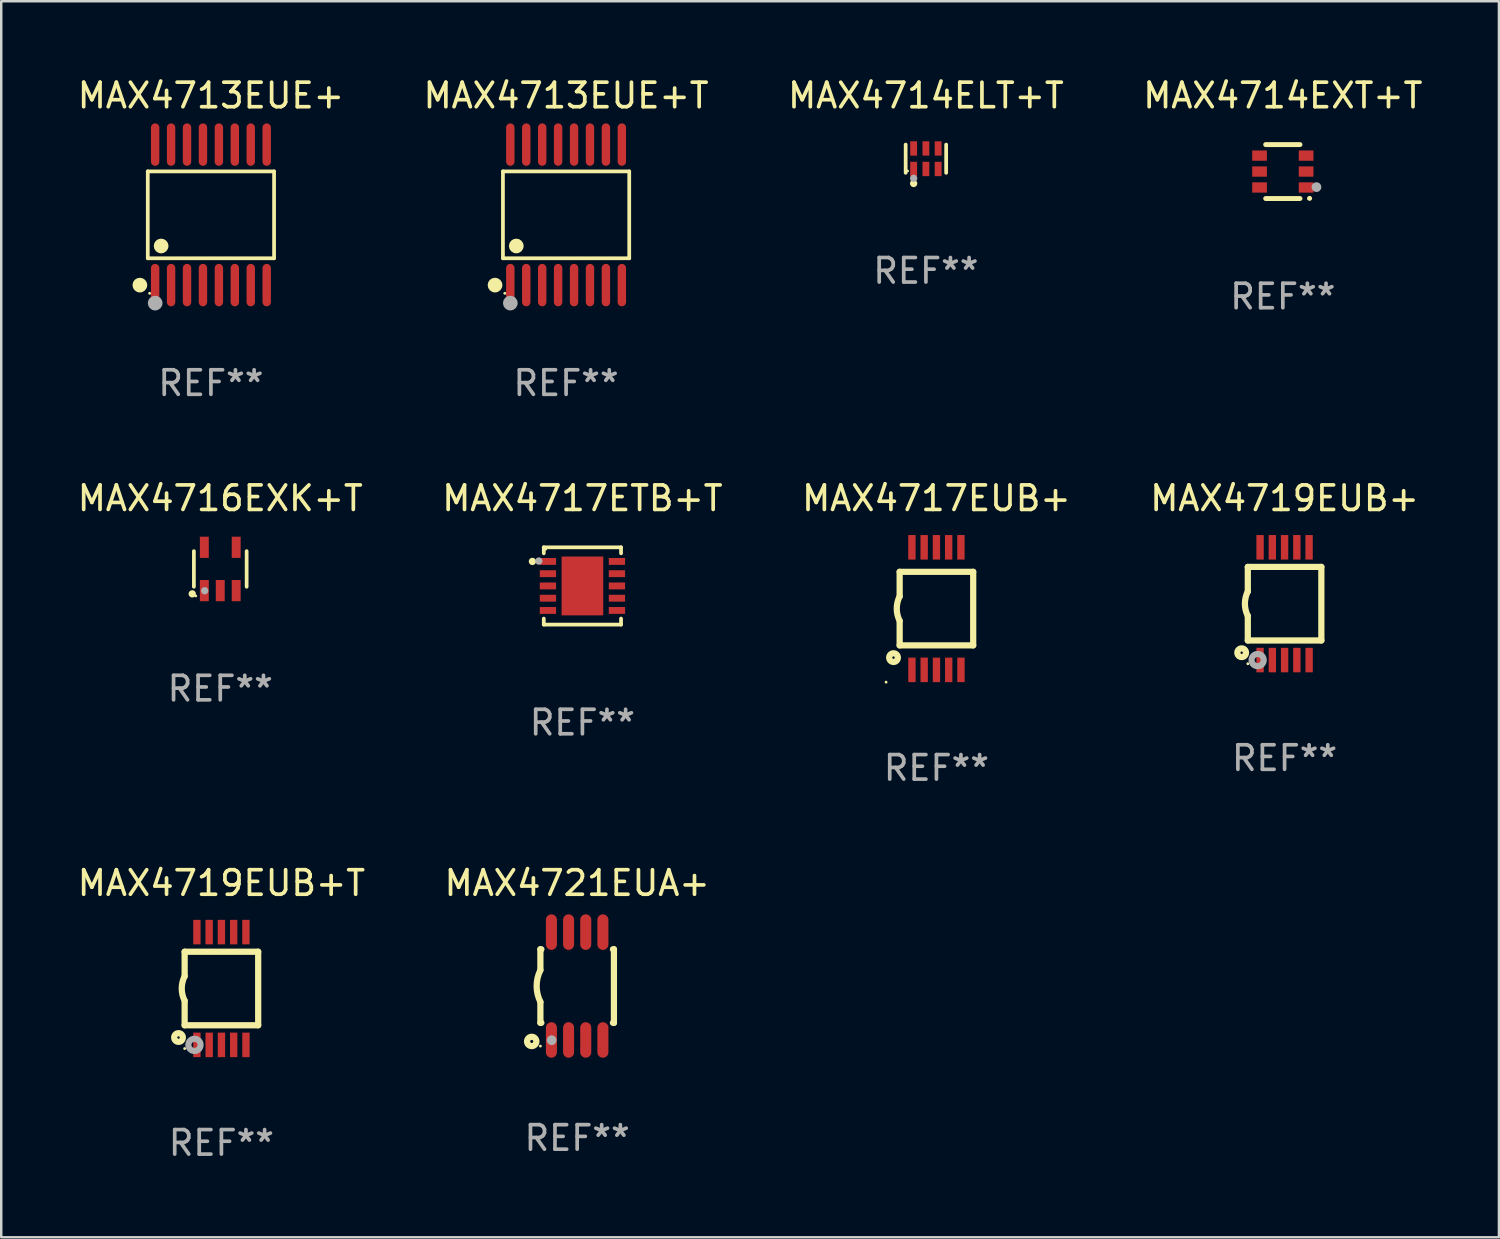
<source format=kicad_pcb>
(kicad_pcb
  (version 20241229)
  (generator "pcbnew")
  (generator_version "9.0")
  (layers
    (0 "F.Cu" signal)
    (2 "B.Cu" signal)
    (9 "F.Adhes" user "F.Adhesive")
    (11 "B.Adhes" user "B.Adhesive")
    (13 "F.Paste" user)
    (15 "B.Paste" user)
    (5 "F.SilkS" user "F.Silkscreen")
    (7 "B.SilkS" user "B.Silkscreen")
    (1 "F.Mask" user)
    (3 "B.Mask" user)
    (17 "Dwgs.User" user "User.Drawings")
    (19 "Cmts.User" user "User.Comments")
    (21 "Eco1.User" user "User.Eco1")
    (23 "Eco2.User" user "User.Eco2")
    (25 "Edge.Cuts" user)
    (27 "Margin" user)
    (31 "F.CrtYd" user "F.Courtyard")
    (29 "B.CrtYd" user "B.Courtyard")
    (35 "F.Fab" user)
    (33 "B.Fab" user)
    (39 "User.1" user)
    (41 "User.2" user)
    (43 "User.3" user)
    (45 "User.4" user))
  (footprint "MAX4713EUE+"
    (layer "F.Cu")
    (at 5.554 5.714)
    (property "Reference" "MAX4713EUE+" (at 0 -4.866 0) (layer "F.SilkS") (effects (font (size 1 1) (thickness 0.15))))
    (attr through_hole)
    (fp_line (start -2.576 -1.772) (end 2.576 -1.772) (stroke (width 0.152) (type solid)) (layer "F.SilkS"))
    (fp_line (start -2.576 1.771) (end -2.576 -1.772) (stroke (width 0.152) (type solid)) (layer "F.SilkS"))
    (fp_line (start 2.576 -1.772) (end 2.576 1.771) (stroke (width 0.152) (type solid)) (layer "F.SilkS"))
    (fp_line (start 2.576 1.771) (end -2.576 1.771) (stroke (width 0.152) (type solid)) (layer "F.SilkS"))
    (fp_circle (center -2.899 2.866) (end -2.749 2.866) (stroke (width 0.3) (type solid)) (fill no) (layer "F.SilkS"))
    (fp_circle (center -2.5 3.2) (end -2.47 3.2) (stroke (width 0.06) (type solid)) (fill no) (layer "F.SilkS"))
    (fp_circle (center -2.032 1.27) (end -1.882 1.27) (stroke (width 0.3) (type solid)) (fill no) (layer "F.SilkS"))
    (fp_circle (center -2.275 3.6) (end -2.125 3.6) (stroke (width 0.3) (type solid)) (fill no) (layer "F.Fab"))
    (fp_text user "REF**" (at 0 6.866 0) (layer "F.Fab") (effects (font (size 1 1) (thickness 0.15))))
    (pad "1" smd oval (at -2.275 2.866) (size 0.343 1.731) (layers "F.Cu" "F.Mask" "F.Paste"))
    (pad "2" smd oval (at -1.625 2.866) (size 0.343 1.731) (layers "F.Cu" "F.Mask" "F.Paste"))
    (pad "3" smd oval (at -0.975 2.866) (size 0.343 1.731) (layers "F.Cu" "F.Mask" "F.Paste"))
    (pad "4" smd oval (at -0.325 2.866) (size 0.343 1.731) (layers "F.Cu" "F.Mask" "F.Paste"))
    (pad "5" smd oval (at 0.325 2.866) (size 0.343 1.731) (layers "F.Cu" "F.Mask" "F.Paste"))
    (pad "6" smd oval (at 0.975 2.866) (size 0.343 1.731) (layers "F.Cu" "F.Mask" "F.Paste"))
    (pad "7" smd oval (at 1.625 2.866) (size 0.343 1.731) (layers "F.Cu" "F.Mask" "F.Paste"))
    (pad "8" smd oval (at 2.275 2.866) (size 0.343 1.731) (layers "F.Cu" "F.Mask" "F.Paste"))
    (pad "9" smd oval (at 2.275 -2.866) (size 0.343 1.731) (layers "F.Cu" "F.Mask" "F.Paste"))
    (pad "10" smd oval (at 1.625 -2.866) (size 0.343 1.731) (layers "F.Cu" "F.Mask" "F.Paste"))
    (pad "11" smd oval (at 0.975 -2.866) (size 0.343 1.731) (layers "F.Cu" "F.Mask" "F.Paste"))
    (pad "12" smd oval (at 0.325 -2.866) (size 0.343 1.731) (layers "F.Cu" "F.Mask" "F.Paste"))
    (pad "13" smd oval (at -0.325 -2.866) (size 0.343 1.731) (layers "F.Cu" "F.Mask" "F.Paste"))
    (pad "14" smd oval (at -0.975 -2.866) (size 0.343 1.731) (layers "F.Cu" "F.Mask" "F.Paste"))
    (pad "15" smd oval (at -1.625 -2.866) (size 0.343 1.731) (layers "F.Cu" "F.Mask" "F.Paste"))
    (pad "16" smd oval (at -2.275 -2.866) (size 0.343 1.731) (layers "F.Cu" "F.Mask" "F.Paste")))
  (footprint "MAX4721EUA+"
    (layer "F.Cu")
    (at 20.494 37.173)
    (property "Reference" "MAX4721EUA+" (at 0 -4.2 0) (layer "F.SilkS") (effects (font (size 1 1) (thickness 0.15))))
    (attr through_hole)
    (fp_line (start -1.5 -1.5) (end -1.5 -0.65) (stroke (width 0.254) (type solid)) (layer "F.SilkS"))
    (fp_line (start -1.5 -1.5) (end -1.46 -1.5) (stroke (width 0.254) (type solid)) (layer "F.SilkS"))
    (fp_line (start -1.5 1.5) (end -1.5 0.65) (stroke (width 0.254) (type solid)) (layer "F.SilkS"))
    (fp_line (start -1.5 1.5) (end -1.46 1.5) (stroke (width 0.254) (type solid)) (layer "F.SilkS"))
    (fp_line (start 1.46 -1.5) (end 1.5 -1.5) (stroke (width 0.254) (type solid)) (layer "F.SilkS"))
    (fp_line (start 1.46 1.5) (end 1.5 1.5) (stroke (width 0.254) (type solid)) (layer "F.SilkS"))
    (fp_line (start 1.5 -1.5) (end 1.5 1.5) (stroke (width 0.254) (type solid)) (layer "F.SilkS"))
    (fp_arc (start -1.499898 0.648844) (mid -1.653254 -0.000623) (end -1.5 -0.650114) (stroke (width 0.254001) (type solid)) (layer "F.SilkS"))
    (fp_circle (center -1.854 2.26) (end -1.664 2.26) (stroke (width 0.254) (type solid)) (fill no) (layer "F.SilkS"))
    (fp_circle (center -1.5 2.45) (end -1.47 2.45) (stroke (width 0.06) (type solid)) (fill no) (layer "F.SilkS"))
    (fp_circle (center -1.041 2.21) (end -0.941 2.21) (stroke (width 0.2) (type solid)) (fill no) (layer "F.Fab"))
    (fp_text user "REF**" (at 0 6.2 0) (layer "F.Fab") (effects (font (size 1 1) (thickness 0.15))))
    (pad "1" smd oval (at -1.05 2.2 180) (size 0.45 1.45) (layers "F.Cu" "F.Mask" "F.Paste"))
    (pad "2" smd oval (at -0.35 2.2 180) (size 0.45 1.45) (layers "F.Cu" "F.Mask" "F.Paste"))
    (pad "3" smd oval (at 0.35 2.2 180) (size 0.45 1.45) (layers "F.Cu" "F.Mask" "F.Paste"))
    (pad "4" smd oval (at 1.05 2.2 180) (size 0.45 1.45) (layers "F.Cu" "F.Mask" "F.Paste"))
    (pad "5" smd oval (at 1.05 -2.2 180) (size 0.45 1.45) (layers "F.Cu" "F.Mask" "F.Paste"))
    (pad "6" smd oval (at 0.35 -2.2 180) (size 0.45 1.45) (layers "F.Cu" "F.Mask" "F.Paste"))
    (pad "7" smd oval (at -0.35 -2.2 180) (size 0.45 1.45) (layers "F.Cu" "F.Mask" "F.Paste"))
    (pad "8" smd oval (at -1.05 -2.2 180) (size 0.45 1.45) (layers "F.Cu" "F.Mask" "F.Paste")))
  (footprint "MAX4714ELT+T"
    (layer "F.Cu")
    (at 34.72 3.424)
    (property "Reference" "MAX4714ELT+T" (at 0 -2.576 0) (layer "F.SilkS") (effects (font (size 1 1) (thickness 0.15))))
    (attr through_hole)
    (fp_line (start -0.826 0.576) (end -0.826 -0.576) (stroke (width 0.152) (type solid)) (layer "F.SilkS"))
    (fp_line (start 0.826 0.576) (end 0.826 -0.576) (stroke (width 0.152) (type solid)) (layer "F.SilkS"))
    (fp_circle (center -0.75 0.5) (end -0.72 0.5) (stroke (width 0.06) (type solid)) (fill no) (layer "F.SilkS"))
    (fp_circle (center -0.5 1.01) (end -0.425 1.01) (stroke (width 0.15) (type solid)) (fill no) (layer "F.SilkS"))
    (fp_circle (center -0.5 0.8) (end -0.425 0.8) (stroke (width 0.15) (type solid)) (fill no) (layer "F.Fab"))
    (fp_text user "REF**" (at 0 4.576 0) (layer "F.Fab") (effects (font (size 1 1) (thickness 0.15))))
    (pad "1" smd rect (at -0.5 0.418) (size 0.28 0.585) (layers "F.Cu" "F.Mask" "F.Paste"))
    (pad "2" smd rect (at 0 0.418) (size 0.28 0.585) (layers "F.Cu" "F.Mask" "F.Paste"))
    (pad "3" smd rect (at 0.5 0.418) (size 0.28 0.585) (layers "F.Cu" "F.Mask" "F.Paste"))
    (pad "4" smd rect (at 0.5 -0.418) (size 0.28 0.585) (layers "F.Cu" "F.Mask" "F.Paste"))
    (pad "5" smd rect (at 0 -0.418) (size 0.28 0.585) (layers "F.Cu" "F.Mask" "F.Paste"))
    (pad "6" smd rect (at -0.5 -0.418) (size 0.28 0.585) (layers "F.Cu" "F.Mask" "F.Paste")))
  (footprint "MAX4719EUB+"
    (layer "F.Cu")
    (at 49.351 21.576)
    (property "Reference" "MAX4719EUB+" (at 0 -4.3 0) (layer "F.SilkS") (effects (font (size 1 1) (thickness 0.15))))
    (attr through_hole)
    (fp_line (start -1.5 -1.5) (end -1.5 -0.5) (stroke (width 0.254) (type solid)) (layer "F.SilkS"))
    (fp_line (start -1.5 1.5) (end -1.5 0.5) (stroke (width 0.254) (type solid)) (layer "F.SilkS"))
    (fp_line (start -1.5 1.5) (end 1.5 1.5) (stroke (width 0.254) (type solid)) (layer "F.SilkS"))
    (fp_line (start 1.5 1.5) (end 1.5 -1.5) (stroke (width 0.254) (type solid)) (layer "F.SilkS"))
    (fp_line (start 1.5 -1.5) (end -1.5 -1.5) (stroke (width 0.254) (type solid)) (layer "F.SilkS"))
    (fp_arc (start -1.500165 0.5) (mid -1.618199 0) (end -1.500165 -0.5) (stroke (width 0.254001) (type solid)) (layer "F.SilkS"))
    (fp_circle (center -1.75 2) (end -1.573 2) (stroke (width 0.254) (type solid)) (fill no) (layer "F.SilkS"))
    (fp_circle (center -1.499 2.45) (end -1.469 2.45) (stroke (width 0.06) (type solid)) (fill no) (layer "F.SilkS"))
    (fp_circle (center -1.099 2.3) (end -0.975 2.3) (stroke (width 0.25) (type solid)) (fill no) (layer "F.Fab"))
    (fp_text user "REF**" (at 0 6.3 0) (layer "F.Fab") (effects (font (size 1 1) (thickness 0.15))))
    (pad "1" smd rect (at -0.999 2.3 180) (size 0.3 1) (layers "F.Cu" "F.Mask" "F.Paste"))
    (pad "2" smd rect (at -0.499 2.3 180) (size 0.3 1) (layers "F.Cu" "F.Mask" "F.Paste"))
    (pad "3" smd rect (at 0.001 2.3 180) (size 0.3 1) (layers "F.Cu" "F.Mask" "F.Paste"))
    (pad "4" smd rect (at 0.501 2.3 180) (size 0.3 1) (layers "F.Cu" "F.Mask" "F.Paste"))
    (pad "5" smd rect (at 1.001 2.3 180) (size 0.3 1) (layers "F.Cu" "F.Mask" "F.Paste"))
    (pad "6" smd rect (at 1 -2.3 180) (size 0.3 1) (layers "F.Cu" "F.Mask" "F.Paste"))
    (pad "7" smd rect (at 0.5 -2.3 180) (size 0.3 1) (layers "F.Cu" "F.Mask" "F.Paste"))
    (pad "8" smd rect (at -0.000165 -2.3 180) (size 0.3 1) (layers "F.Cu" "F.Mask" "F.Paste"))
    (pad "9" smd rect (at -0.5 -2.3 180) (size 0.3 1) (layers "F.Cu" "F.Mask" "F.Paste"))
    (pad "10" smd rect (at -1 -2.3 180) (size 0.3 1) (layers "F.Cu" "F.Mask" "F.Paste")))
  (footprint "MAX4717EUB+"
    (layer "F.Cu")
    (at 35.149 21.776)
    (property "Reference" "MAX4717EUB+" (at 0 -4.5 0) (layer "F.SilkS") (effects (font (size 1 1) (thickness 0.15))))
    (attr through_hole)
    (fp_line (start -1.5 -1.5) (end -1.5 -0.5) (stroke (width 0.254) (type solid)) (layer "F.SilkS"))
    (fp_line (start -1.5 1.5) (end -1.5 0.5) (stroke (width 0.254) (type solid)) (layer "F.SilkS"))
    (fp_line (start -1.5 1.5) (end 1.5 1.5) (stroke (width 0.254) (type solid)) (layer "F.SilkS"))
    (fp_line (start 1.5 1.5) (end 1.5 -1.5) (stroke (width 0.254) (type solid)) (layer "F.SilkS"))
    (fp_line (start 1.5 -1.5) (end -1.5 -1.5) (stroke (width 0.254) (type solid)) (layer "F.SilkS"))
    (fp_arc (start -1.500165 0.499873) (mid -1.618199 -0.000127) (end -1.500165 -0.500127) (stroke (width 0.254001) (type solid)) (layer "F.SilkS"))
    (fp_circle (center -2.054 3) (end -2.024 3) (stroke (width 0.06) (type solid)) (fill no) (layer "F.SilkS"))
    (fp_circle (center -1.75 2) (end -1.573 2) (stroke (width 0.254) (type solid)) (fill no) (layer "F.SilkS"))
    (fp_text user "REF**" (at 0 6.5 0) (layer "F.Fab") (effects (font (size 1 1) (thickness 0.15))))
    (pad "1" smd rect (at -0.999 2.5 180) (size 0.3 1) (layers "F.Cu" "F.Mask" "F.Paste"))
    (pad "2" smd rect (at -0.499 2.5 180) (size 0.3 1) (layers "F.Cu" "F.Mask" "F.Paste"))
    (pad "3" smd rect (at 0.001 2.5 180) (size 0.3 1) (layers "F.Cu" "F.Mask" "F.Paste"))
    (pad "4" smd rect (at 0.501 2.5 180) (size 0.3 1) (layers "F.Cu" "F.Mask" "F.Paste"))
    (pad "5" smd rect (at 1.001 2.5 180) (size 0.3 1) (layers "F.Cu" "F.Mask" "F.Paste"))
    (pad "6" smd rect (at 1 -2.5 180) (size 0.3 1) (layers "F.Cu" "F.Mask" "F.Paste"))
    (pad "7" smd rect (at 0.5 -2.5 180) (size 0.3 1) (layers "F.Cu" "F.Mask" "F.Paste"))
    (pad "8" smd rect (at -0.000165 -2.5 180) (size 0.3 1) (layers "F.Cu" "F.Mask" "F.Paste"))
    (pad "9" smd rect (at -0.5 -2.5 180) (size 0.3 1) (layers "F.Cu" "F.Mask" "F.Paste"))
    (pad "10" smd rect (at -1 -2.5 180) (size 0.3 1) (layers "F.Cu" "F.Mask" "F.Paste")))
  (footprint "MAX4713EUE+T"
    (layer "F.Cu")
    (at 20.042 5.714)
    (property "Reference" "MAX4713EUE+T" (at 0 -4.866 0) (layer "F.SilkS") (effects (font (size 1 1) (thickness 0.15))))
    (attr through_hole)
    (fp_line (start -2.576 -1.772) (end 2.576 -1.772) (stroke (width 0.152) (type solid)) (layer "F.SilkS"))
    (fp_line (start -2.576 1.771) (end -2.576 -1.772) (stroke (width 0.152) (type solid)) (layer "F.SilkS"))
    (fp_line (start 2.576 -1.772) (end 2.576 1.771) (stroke (width 0.152) (type solid)) (layer "F.SilkS"))
    (fp_line (start 2.576 1.771) (end -2.576 1.771) (stroke (width 0.152) (type solid)) (layer "F.SilkS"))
    (fp_circle (center -2.899 2.866) (end -2.749 2.866) (stroke (width 0.3) (type solid)) (fill no) (layer "F.SilkS"))
    (fp_circle (center -2.5 3.2) (end -2.47 3.2) (stroke (width 0.06) (type solid)) (fill no) (layer "F.SilkS"))
    (fp_circle (center -2.032 1.27) (end -1.882 1.27) (stroke (width 0.3) (type solid)) (fill no) (layer "F.SilkS"))
    (fp_circle (center -2.275 3.6) (end -2.125 3.6) (stroke (width 0.3) (type solid)) (fill no) (layer "F.Fab"))
    (fp_text user "REF**" (at 0 6.866 0) (layer "F.Fab") (effects (font (size 1 1) (thickness 0.15))))
    (pad "1" smd oval (at -2.275 2.866) (size 0.343 1.731) (layers "F.Cu" "F.Mask" "F.Paste"))
    (pad "2" smd oval (at -1.625 2.866) (size 0.343 1.731) (layers "F.Cu" "F.Mask" "F.Paste"))
    (pad "3" smd oval (at -0.975 2.866) (size 0.343 1.731) (layers "F.Cu" "F.Mask" "F.Paste"))
    (pad "4" smd oval (at -0.325 2.866) (size 0.343 1.731) (layers "F.Cu" "F.Mask" "F.Paste"))
    (pad "5" smd oval (at 0.325 2.866) (size 0.343 1.731) (layers "F.Cu" "F.Mask" "F.Paste"))
    (pad "6" smd oval (at 0.975 2.866) (size 0.343 1.731) (layers "F.Cu" "F.Mask" "F.Paste"))
    (pad "7" smd oval (at 1.625 2.866) (size 0.343 1.731) (layers "F.Cu" "F.Mask" "F.Paste"))
    (pad "8" smd oval (at 2.275 2.866) (size 0.343 1.731) (layers "F.Cu" "F.Mask" "F.Paste"))
    (pad "9" smd oval (at 2.275 -2.866) (size 0.343 1.731) (layers "F.Cu" "F.Mask" "F.Paste"))
    (pad "10" smd oval (at 1.625 -2.866) (size 0.343 1.731) (layers "F.Cu" "F.Mask" "F.Paste"))
    (pad "11" smd oval (at 0.975 -2.866) (size 0.343 1.731) (layers "F.Cu" "F.Mask" "F.Paste"))
    (pad "12" smd oval (at 0.325 -2.866) (size 0.343 1.731) (layers "F.Cu" "F.Mask" "F.Paste"))
    (pad "13" smd oval (at -0.325 -2.866) (size 0.343 1.731) (layers "F.Cu" "F.Mask" "F.Paste"))
    (pad "14" smd oval (at -0.975 -2.866) (size 0.343 1.731) (layers "F.Cu" "F.Mask" "F.Paste"))
    (pad "15" smd oval (at -1.625 -2.866) (size 0.343 1.731) (layers "F.Cu" "F.Mask" "F.Paste"))
    (pad "16" smd oval (at -2.275 -2.866) (size 0.343 1.731) (layers "F.Cu" "F.Mask" "F.Paste")))
  (footprint "MAX4719EUB+T"
    (layer "F.Cu")
    (at 5.982 37.273)
    (property "Reference" "MAX4719EUB+T" (at 0 -4.3 0) (layer "F.SilkS") (effects (font (size 1 1) (thickness 0.15))))
    (attr through_hole)
    (fp_line (start -1.5 -1.5) (end -1.5 -0.5) (stroke (width 0.254) (type solid)) (layer "F.SilkS"))
    (fp_line (start -1.5 1.5) (end -1.5 0.5) (stroke (width 0.254) (type solid)) (layer "F.SilkS"))
    (fp_line (start -1.5 1.5) (end 1.5 1.5) (stroke (width 0.254) (type solid)) (layer "F.SilkS"))
    (fp_line (start 1.5 1.5) (end 1.5 -1.5) (stroke (width 0.254) (type solid)) (layer "F.SilkS"))
    (fp_line (start 1.5 -1.5) (end -1.5 -1.5) (stroke (width 0.254) (type solid)) (layer "F.SilkS"))
    (fp_arc (start -1.500165 0.5) (mid -1.618199 0) (end -1.500165 -0.5) (stroke (width 0.254001) (type solid)) (layer "F.SilkS"))
    (fp_circle (center -1.75 2) (end -1.573 2) (stroke (width 0.254) (type solid)) (fill no) (layer "F.SilkS"))
    (fp_circle (center -1.499 2.45) (end -1.469 2.45) (stroke (width 0.06) (type solid)) (fill no) (layer "F.SilkS"))
    (fp_circle (center -1.099 2.3) (end -0.975 2.3) (stroke (width 0.25) (type solid)) (fill no) (layer "F.Fab"))
    (fp_text user "REF**" (at 0 6.3 0) (layer "F.Fab") (effects (font (size 1 1) (thickness 0.15))))
    (pad "1" smd rect (at -0.999 2.3 180) (size 0.3 1) (layers "F.Cu" "F.Mask" "F.Paste"))
    (pad "2" smd rect (at -0.499 2.3 180) (size 0.3 1) (layers "F.Cu" "F.Mask" "F.Paste"))
    (pad "3" smd rect (at 0.001 2.3 180) (size 0.3 1) (layers "F.Cu" "F.Mask" "F.Paste"))
    (pad "4" smd rect (at 0.501 2.3 180) (size 0.3 1) (layers "F.Cu" "F.Mask" "F.Paste"))
    (pad "5" smd rect (at 1.001 2.3 180) (size 0.3 1) (layers "F.Cu" "F.Mask" "F.Paste"))
    (pad "6" smd rect (at 1 -2.3 180) (size 0.3 1) (layers "F.Cu" "F.Mask" "F.Paste"))
    (pad "7" smd rect (at 0.5 -2.3 180) (size 0.3 1) (layers "F.Cu" "F.Mask" "F.Paste"))
    (pad "8" smd rect (at -0.000165 -2.3 180) (size 0.3 1) (layers "F.Cu" "F.Mask" "F.Paste"))
    (pad "9" smd rect (at -0.5 -2.3 180) (size 0.3 1) (layers "F.Cu" "F.Mask" "F.Paste"))
    (pad "10" smd rect (at -1 -2.3 180) (size 0.3 1) (layers "F.Cu" "F.Mask" "F.Paste")))
  (footprint "MAX4717ETB+T"
    (layer "F.Cu")
    (at 20.708 20.852)
    (property "Reference" "MAX4717ETB+T" (at 0 -3.576 0) (layer "F.SilkS") (effects (font (size 1 1) (thickness 0.15))))
    (attr through_hole)
    (fp_line (start -1.576 -1.576) (end 1.576 -1.576) (stroke (width 0.152) (type solid)) (layer "F.SilkS"))
    (fp_line (start -1.576 -1.331) (end -1.576 -1.576) (stroke (width 0.152) (type solid)) (layer "F.SilkS"))
    (fp_line (start -1.576 1.331) (end -1.576 1.576) (stroke (width 0.152) (type solid)) (layer "F.SilkS"))
    (fp_line (start -1.576 1.576) (end 1.576 1.576) (stroke (width 0.152) (type solid)) (layer "F.SilkS"))
    (fp_line (start 1.576 -1.576) (end 1.576 -1.331) (stroke (width 0.152) (type solid)) (layer "F.SilkS"))
    (fp_line (start 1.576 1.576) (end 1.576 1.331) (stroke (width 0.152) (type solid)) (layer "F.SilkS"))
    (fp_circle (center -2.04 -1) (end -1.965 -1) (stroke (width 0.15) (type solid)) (fill no) (layer "F.SilkS"))
    (fp_circle (center -1.5 -1.5) (end -1.47 -1.5) (stroke (width 0.06) (type solid)) (fill no) (layer "F.SilkS"))
    (fp_circle (center -1.778 -1.016) (end -1.703 -1.016) (stroke (width 0.15) (type solid)) (fill no) (layer "F.Fab"))
    (fp_text user "REF**" (at 0 5.576 0) (layer "F.Fab") (effects (font (size 1 1) (thickness 0.15))))
    (pad "1" smd rect (at -1.407 -1 270) (size 0.28 0.665) (layers "F.Cu" "F.Mask" "F.Paste"))
    (pad "2" smd rect (at -1.407 -0.5 270) (size 0.28 0.665) (layers "F.Cu" "F.Mask" "F.Paste"))
    (pad "3" smd rect (at -1.407 0.000102 270) (size 0.28 0.665) (layers "F.Cu" "F.Mask" "F.Paste"))
    (pad "4" smd rect (at -1.407 0.5 270) (size 0.28 0.665) (layers "F.Cu" "F.Mask" "F.Paste"))
    (pad "5" smd rect (at -1.407 1 270) (size 0.28 0.665) (layers "F.Cu" "F.Mask" "F.Paste"))
    (pad "6" smd rect (at 1.408 1 270) (size 0.28 0.665) (layers "F.Cu" "F.Mask" "F.Paste"))
    (pad "7" smd rect (at 1.408 0.5 270) (size 0.28 0.665) (layers "F.Cu" "F.Mask" "F.Paste"))
    (pad "8" smd rect (at 1.408 0.000102 270) (size 0.28 0.665) (layers "F.Cu" "F.Mask" "F.Paste"))
    (pad "9" smd rect (at 1.408 -0.5 270) (size 0.28 0.665) (layers "F.Cu" "F.Mask" "F.Paste"))
    (pad "10" smd rect (at 1.408 -1 270) (size 0.28 0.665) (layers "F.Cu" "F.Mask" "F.Paste"))
    (pad "11" smd rect (at -0.000051 0.000102 270) (size 2.4 1.7) (layers "F.Cu" "F.Mask" "F.Paste")))
  (footprint "MAX4714EXT+T"
    (layer "F.Cu")
    (at 49.28 3.948)
    (property "Reference" "MAX4714EXT+T" (at 0 -3.1 0) (layer "F.SilkS") (effects (font (size 1 1) (thickness 0.15))))
    (attr through_hole)
    (fp_line (start -0.7 -1.1) (end 0.7 -1.1) (stroke (width 0.2) (type solid)) (layer "F.SilkS"))
    (fp_line (start -0.7 1.1) (end 0.7 1.1) (stroke (width 0.2) (type solid)) (layer "F.SilkS"))
    (fp_arc (start 1.090932 1.094209) (mid 1.092202 1.094203) (end 1.093472 1.094209) (stroke (width 0.2) (type solid)) (layer "F.SilkS"))
    (fp_circle (center 1.053 1.1) (end 1.083 1.1) (stroke (width 0.06) (type solid)) (fill no) (layer "F.SilkS"))
    (fp_circle (center 1.372 0.635) (end 1.472 0.635) (stroke (width 0.2) (type solid)) (fill no) (layer "F.Fab"))
    (fp_text user "REF**" (at 0 5.1 0) (layer "F.Fab") (effects (font (size 1 1) (thickness 0.15))))
    (pad "1" smd rect (at 0.95 0.65 90) (size 0.42 0.6) (layers "F.Cu" "F.Mask" "F.Paste"))
    (pad "2" smd rect (at 0.95 0 90) (size 0.42 0.6) (layers "F.Cu" "F.Mask" "F.Paste"))
    (pad "3" smd rect (at 0.95 -0.65 90) (size 0.42 0.6) (layers "F.Cu" "F.Mask" "F.Paste"))
    (pad "4" smd rect (at -0.95 -0.65 270) (size 0.42 0.6) (layers "F.Cu" "F.Mask" "F.Paste"))
    (pad "5" smd rect (at -0.95 0 270) (size 0.42 0.6) (layers "F.Cu" "F.Mask" "F.Paste"))
    (pad "6" smd rect (at -0.95 0.65 270) (size 0.42 0.6) (layers "F.Cu" "F.Mask" "F.Paste")))
  (footprint "MAX4716EXK+T"
    (layer "F.Cu")
    (at 5.935 20.159)
    (property "Reference" "MAX4716EXK+T" (at 0 -2.883 0) (layer "F.SilkS") (effects (font (size 1 1) (thickness 0.15))))
    (attr through_hole)
    (fp_line (start -1.076 0.726) (end -1.076 -0.726) (stroke (width 0.152) (type solid)) (layer "F.SilkS"))
    (fp_line (start 1.076 0.726) (end 1.076 -0.726) (stroke (width 0.152) (type solid)) (layer "F.SilkS"))
    (fp_circle (center -1.143 1.016) (end -1.068 1.016) (stroke (width 0.15) (type solid)) (fill no) (layer "F.SilkS"))
    (fp_circle (center -1 1.1) (end -0.97 1.1) (stroke (width 0.06) (type solid)) (fill no) (layer "F.SilkS"))
    (fp_circle (center -0.635 0.889) (end -0.56 0.889) (stroke (width 0.15) (type solid)) (fill no) (layer "F.Fab"))
    (fp_text user "REF**" (at 0 4.883 0) (layer "F.Fab") (effects (font (size 1 1) (thickness 0.15))))
    (pad "1" smd rect (at -0.65 0.883) (size 0.364 0.866) (layers "F.Cu" "F.Mask" "F.Paste"))
    (pad "2" smd rect (at 0 0.883) (size 0.364 0.866) (layers "F.Cu" "F.Mask" "F.Paste"))
    (pad "3" smd rect (at 0.65 0.883) (size 0.364 0.866) (layers "F.Cu" "F.Mask" "F.Paste"))
    (pad "4" smd rect (at 0.65 -0.883) (size 0.364 0.866) (layers "F.Cu" "F.Mask" "F.Paste"))
    (pad "5" smd rect (at -0.65 -0.883) (size 0.364 0.866) (layers "F.Cu" "F.Mask" "F.Paste")))
  (gr_rect
    (start -3 -3)
    (end 58.095 47.421)
    (stroke (width 0.1) (type default))
    (fill no)
    (layer "Edge.Cuts")))
</source>
